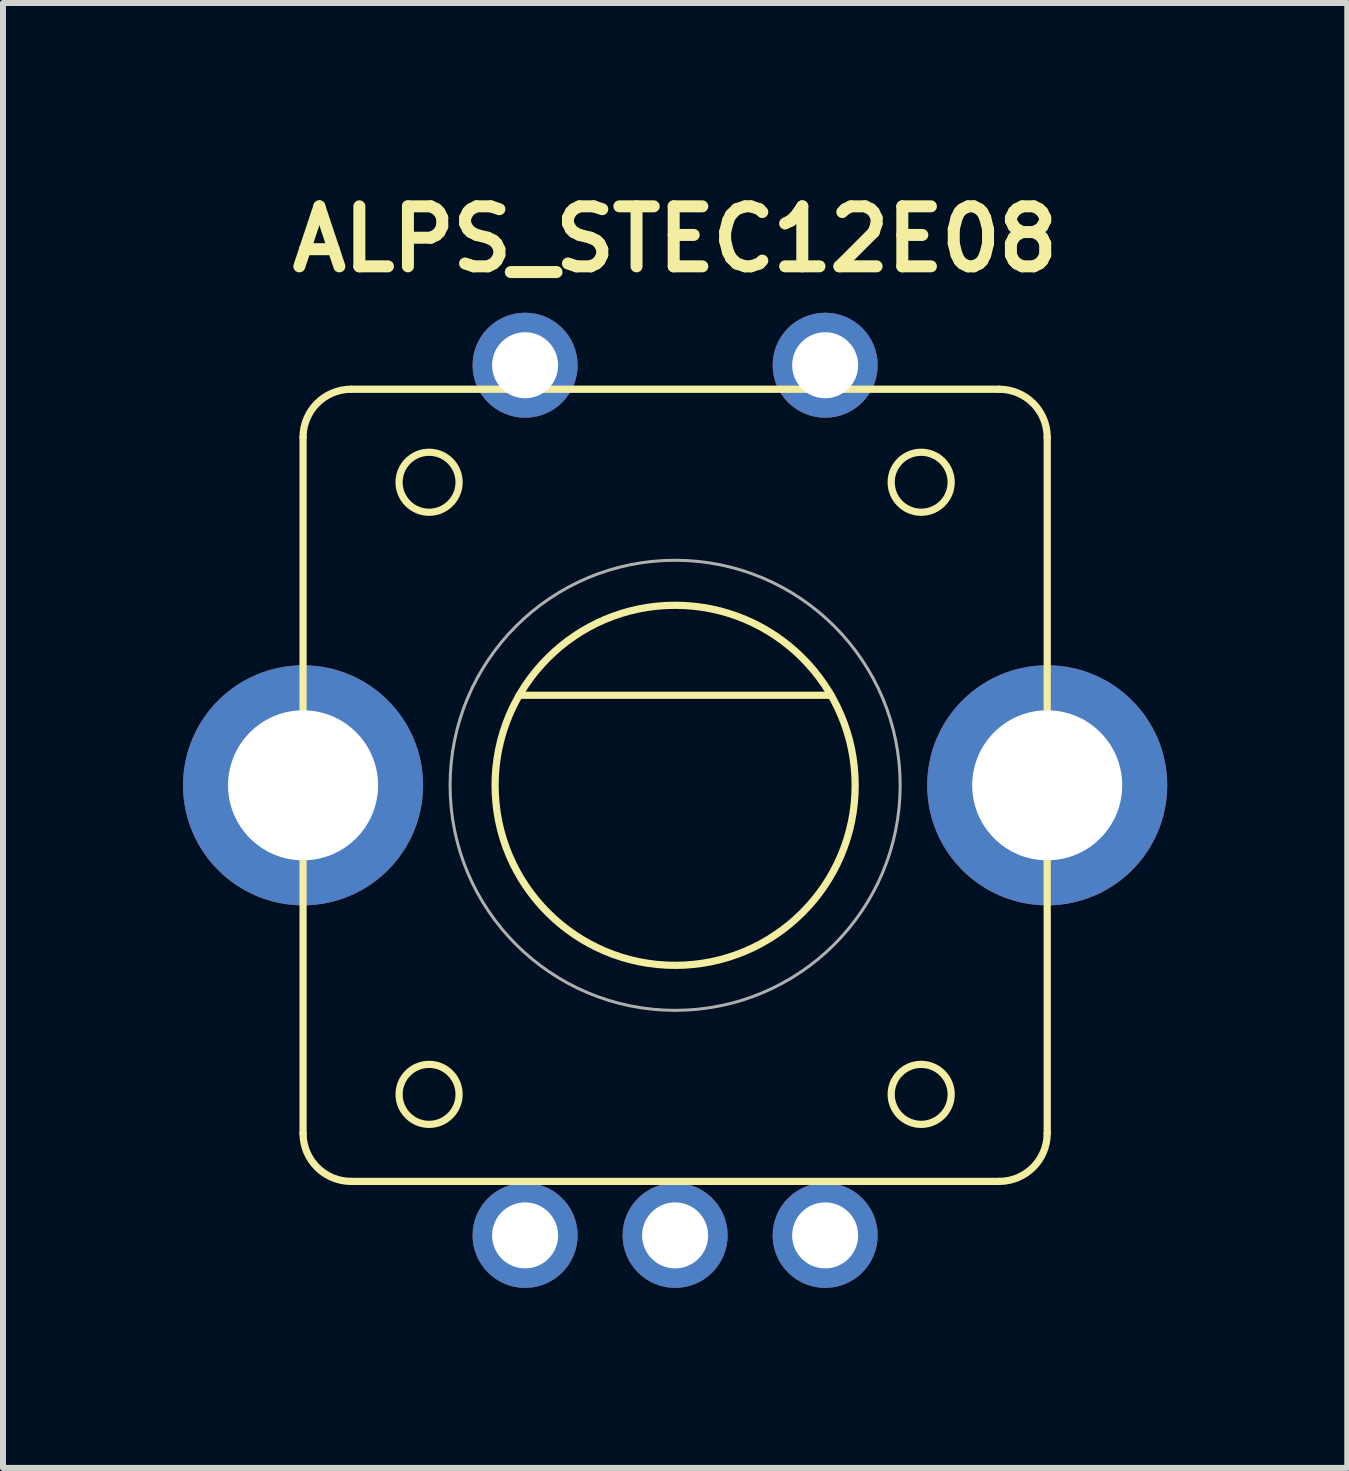
<source format=kicad_pcb>
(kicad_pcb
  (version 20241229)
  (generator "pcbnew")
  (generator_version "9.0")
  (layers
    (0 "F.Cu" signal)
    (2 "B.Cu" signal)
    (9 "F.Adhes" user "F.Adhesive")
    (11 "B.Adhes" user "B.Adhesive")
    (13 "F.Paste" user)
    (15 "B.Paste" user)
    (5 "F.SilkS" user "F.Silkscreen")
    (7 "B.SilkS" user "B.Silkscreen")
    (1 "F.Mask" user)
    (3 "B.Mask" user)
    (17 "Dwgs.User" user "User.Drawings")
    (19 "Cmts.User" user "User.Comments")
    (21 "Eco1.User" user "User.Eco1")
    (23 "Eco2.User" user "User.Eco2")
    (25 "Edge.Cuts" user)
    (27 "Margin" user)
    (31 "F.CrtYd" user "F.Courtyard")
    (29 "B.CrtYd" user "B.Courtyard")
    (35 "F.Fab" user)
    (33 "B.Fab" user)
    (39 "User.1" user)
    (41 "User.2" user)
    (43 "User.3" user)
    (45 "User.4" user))
  (footprint "ALPS_STEC12E08"
    (layer "F.Cu")
    (at 8.2 10.036)
    (property "Reference" "ALPS_STEC12E08" (at 0 -9.1 0) (layer "F.SilkS") (effects (font (size 1 1) (thickness 0.2))))
    (attr through_hole)
    (fp_line (start -6.2 5.8) (end -6.2 -5.8) (stroke (width 0.12) (type solid)) (layer "F.SilkS"))
    (fp_line (start -5.4 -6.6) (end 5.4 -6.6) (stroke (width 0.12) (type solid)) (layer "F.SilkS"))
    (fp_line (start -5.4 6.6) (end 5.4 6.6) (stroke (width 0.12) (type solid)) (layer "F.SilkS"))
    (fp_line (start -2.6 -1.5) (end 2.6 -1.5) (stroke (width 0.12) (type solid)) (layer "F.SilkS"))
    (fp_line (start 6.2 -5.8) (end 6.2 5.8) (stroke (width 0.12) (type solid)) (layer "F.SilkS"))
    (fp_arc (start -6.2 -5.8) (mid -5.965685 -6.365685) (end -5.4 -6.6) (stroke (width 0.12) (type solid)) (layer "F.SilkS"))
    (fp_arc (start -5.4 6.6) (mid -5.965685 6.365685) (end -6.2 5.8) (stroke (width 0.12) (type solid)) (layer "F.SilkS"))
    (fp_arc (start 5.4 -6.6) (mid 5.965685 -6.365685) (end 6.2 -5.8) (stroke (width 0.12) (type solid)) (layer "F.SilkS"))
    (fp_arc (start 6.2 5.8) (mid 5.965685 6.365685) (end 5.4 6.6) (stroke (width 0.12) (type solid)) (layer "F.SilkS"))
    (fp_circle (center -4.1 -5.05) (end -3.6 -5.05) (stroke (width 0.12) (type solid)) (fill no) (layer "F.SilkS"))
    (fp_circle (center -4.1 5.15) (end -3.6 5.15) (stroke (width 0.12) (type solid)) (fill no) (layer "F.SilkS"))
    (fp_circle (center 0 0) (end 3 0) (stroke (width 0.12) (type solid)) (fill no) (layer "F.SilkS"))
    (fp_circle (center 4.1 -5.05) (end 4.6 -5.05) (stroke (width 0.12) (type solid)) (fill no) (layer "F.SilkS"))
    (fp_circle (center 4.1 5.15) (end 4.6 5.15) (stroke (width 0.12) (type solid)) (fill no) (layer "F.SilkS"))
    (fp_circle (center 0 0) (end 3.75 0) (stroke (width 0.05) (type solid)) (fill no) (layer "F.Fab"))
    (pad "A" thru_hole circle (at -2.5 7.5) (size 1.75 1.75) (drill 1.1) (layers "*.Cu" "*.Mask"))
    (pad "B" thru_hole circle (at 2.5 7.5) (size 1.75 1.75) (drill 1.1) (layers "*.Cu" "*.Mask"))
    (pad "C" thru_hole circle (at 0 7.5) (size 1.75 1.75) (drill 1.1) (layers "*.Cu" "*.Mask"))
    (pad "SW1" thru_hole circle (at -2.5 -7) (size 1.75 1.75) (drill 1.1) (layers "*.Cu" "*.Mask"))
    (pad "SW2" thru_hole circle (at 2.5 -7) (size 1.75 1.75) (drill 1.1) (layers "*.Cu" "*.Mask"))
    (pad "body" thru_hole oval (at -6.2 0) (size 4 4) (drill 2.5) (layers "*.Cu" "*.Mask"))
    (pad "body" thru_hole oval (at 6.2 0) (size 4 4) (drill 2.5) (layers "*.Cu" "*.Mask")))
  (gr_rect
    (start -3 -3)
    (end 19.4 21.411)
    (stroke (width 0.1) (type default))
    (fill no)
    (layer "Edge.Cuts")))
</source>
